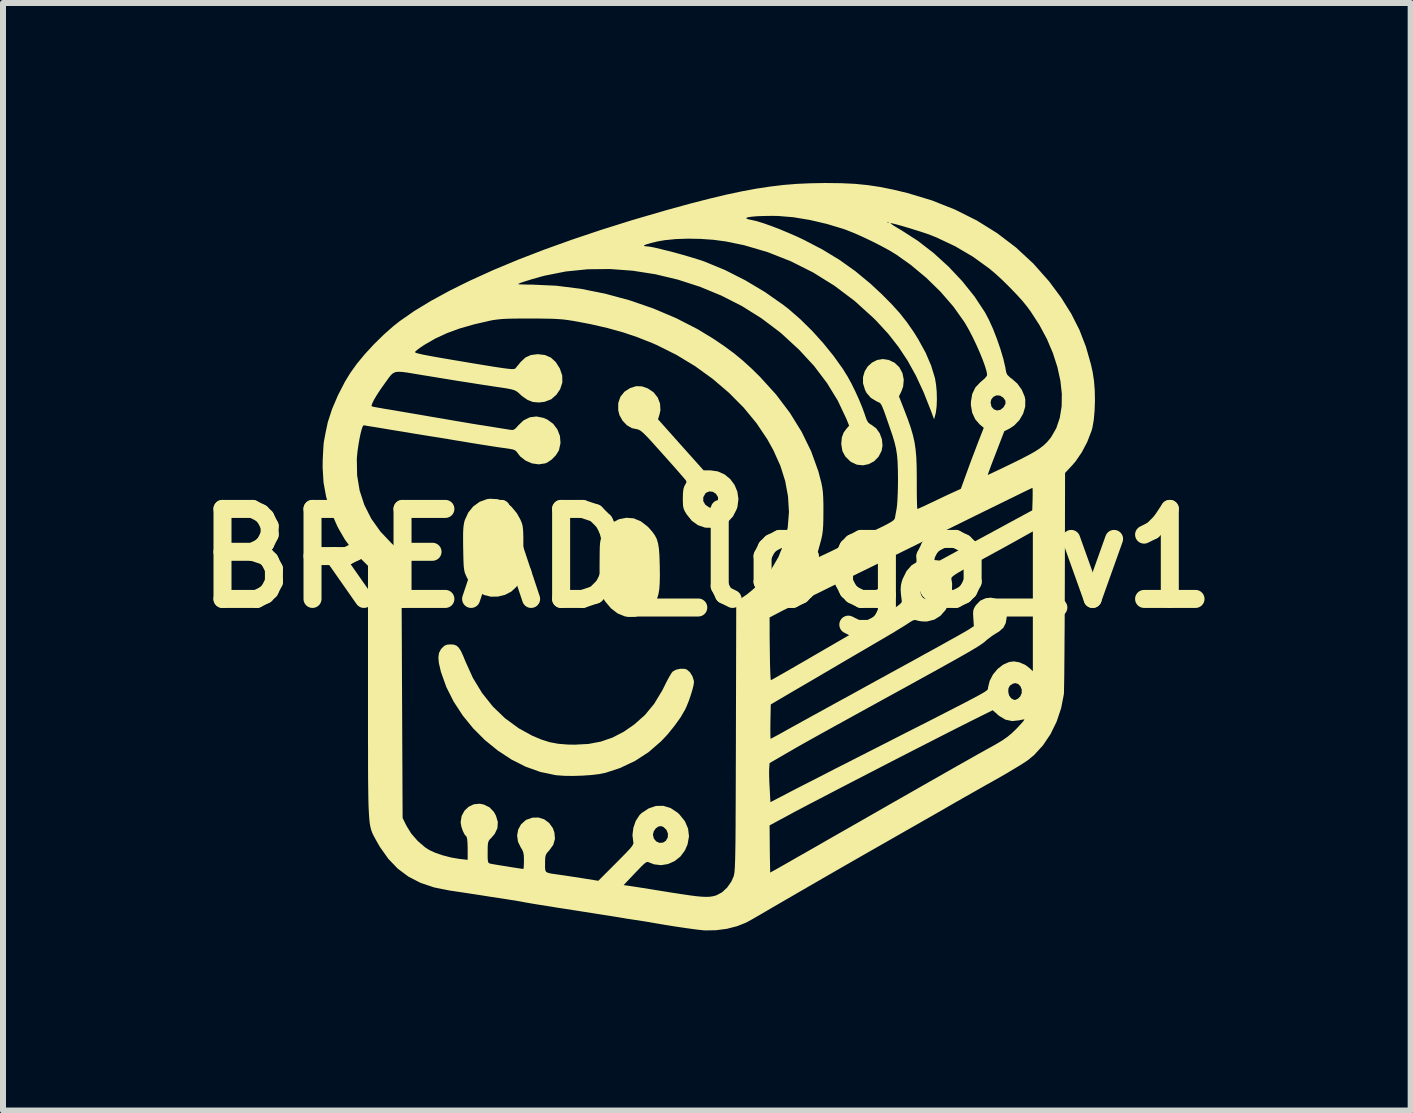
<source format=kicad_pcb>
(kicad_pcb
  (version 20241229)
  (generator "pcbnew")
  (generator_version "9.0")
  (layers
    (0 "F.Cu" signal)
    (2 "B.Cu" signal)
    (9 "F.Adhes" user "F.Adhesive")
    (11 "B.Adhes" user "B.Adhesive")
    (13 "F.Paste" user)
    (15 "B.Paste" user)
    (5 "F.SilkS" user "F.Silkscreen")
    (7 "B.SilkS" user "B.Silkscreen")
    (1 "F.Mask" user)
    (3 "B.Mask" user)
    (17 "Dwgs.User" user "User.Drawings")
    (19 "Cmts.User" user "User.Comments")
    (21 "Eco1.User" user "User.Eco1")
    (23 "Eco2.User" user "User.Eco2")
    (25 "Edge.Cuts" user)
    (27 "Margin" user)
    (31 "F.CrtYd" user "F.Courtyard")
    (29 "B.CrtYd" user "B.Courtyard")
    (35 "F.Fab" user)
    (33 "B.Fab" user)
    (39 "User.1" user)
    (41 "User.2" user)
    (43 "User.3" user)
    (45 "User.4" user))
  (footprint "BREAD_logo_v1"
    (layer "F.Cu")
    (at 8.729 6.252)
    (property "Reference" "BREAD_logo_v1" (at 0 0 0) (layer "F.SilkS") (effects (font (size 1.5 1.5) (thickness 0.3))))
    (attr board_only exclude_from_pos_files exclude_from_bom)
    (fp_poly (pts (xy -1.218 -0.664) (xy -1.101 -0.615) (xy -0.99 -0.53) (xy -0.961 -0.501) (xy -0.906 -0.437) (xy -0.865 -0.379) (xy -0.834 -0.318) (xy -0.813 -0.247) (xy -0.799 -0.16) (xy -0.791 -0.05) (xy -0.786 0.091) (xy -0.785 0.127) (xy -0.783 0.288) (xy -0.786 0.416) (xy -0.793 0.517) (xy -0.807 0.6) (xy -0.828 0.668) (xy -0.856 0.73) (xy -0.879 0.768) (xy -0.963 0.867) (xy -1.069 0.937) (xy -1.188 0.975) (xy -1.315 0.978) (xy -1.371 0.968) (xy -1.489 0.919) (xy -1.598 0.835) (xy -1.694 0.721) (xy -1.744 0.639) (xy -1.758 0.61) (xy -1.769 0.58) (xy -1.777 0.545) (xy -1.782 0.496) (xy -1.786 0.43) (xy -1.787 0.34) (xy -1.788 0.22) (xy -1.788 0.137) (xy -1.787 -0.004) (xy -1.786 -0.112) (xy -1.784 -0.192) (xy -1.78 -0.251) (xy -1.773 -0.296) (xy -1.763 -0.331) (xy -1.751 -0.363) (xy -1.747 -0.371) (xy -1.671 -0.498) (xy -1.577 -0.591) (xy -1.464 -0.65) (xy -1.34 -0.674)) (stroke (width 0) (type solid)) (fill yes) (layer "F.SilkS"))
    (fp_poly (pts (xy -3.487 -0.984) (xy -3.368 -0.941) (xy -3.26 -0.862) (xy -3.167 -0.751) (xy -3.109 -0.647) (xy -3.092 -0.608) (xy -3.079 -0.573) (xy -3.07 -0.535) (xy -3.064 -0.487) (xy -3.06 -0.423) (xy -3.058 -0.337) (xy -3.058 -0.222) (xy -3.058 -0.147) (xy -3.059 0.005) (xy -3.062 0.125) (xy -3.069 0.218) (xy -3.081 0.291) (xy -3.099 0.35) (xy -3.125 0.403) (xy -3.159 0.455) (xy -3.177 0.48) (xy -3.259 0.556) (xy -3.363 0.61) (xy -3.48 0.639) (xy -3.6 0.641) (xy -3.711 0.613) (xy -3.722 0.608) (xy -3.822 0.544) (xy -3.915 0.451) (xy -3.99 0.34) (xy -4.003 0.313) (xy -4.021 0.273) (xy -4.035 0.236) (xy -4.044 0.194) (xy -4.051 0.141) (xy -4.055 0.07) (xy -4.058 -0.026) (xy -4.06 -0.153) (xy -4.061 -0.162) (xy -4.062 -0.3) (xy -4.062 -0.406) (xy -4.059 -0.486) (xy -4.053 -0.547) (xy -4.044 -0.597) (xy -4.034 -0.634) (xy -3.976 -0.761) (xy -3.892 -0.864) (xy -3.787 -0.94) (xy -3.666 -0.984) (xy -3.616 -0.991)) (stroke (width 0) (type solid)) (fill yes) (layer "F.SilkS"))
    (fp_poly (pts (xy -4.217 1.44) (xy -4.173 1.456) (xy -4.135 1.49) (xy -4.099 1.545) (xy -4.06 1.629) (xy -4.025 1.716) (xy -3.899 1.994) (xy -3.746 2.246) (xy -3.566 2.472) (xy -3.362 2.668) (xy -3.135 2.834) (xy -2.909 2.958) (xy -2.76 3.021) (xy -2.621 3.065) (xy -2.478 3.092) (xy -2.318 3.105) (xy -2.202 3.107) (xy -1.974 3.095) (xy -1.767 3.056) (xy -1.573 2.989) (xy -1.384 2.891) (xy -1.212 2.772) (xy -1.033 2.614) (xy -0.878 2.426) (xy -0.745 2.206) (xy -0.711 2.139) (xy -0.668 2.052) (xy -0.626 1.975) (xy -0.592 1.918) (xy -0.569 1.888) (xy -0.514 1.858) (xy -0.442 1.842) (xy -0.372 1.843) (xy -0.334 1.855) (xy -0.281 1.901) (xy -0.239 1.97) (xy -0.216 2.045) (xy -0.215 2.066) (xy -0.222 2.116) (xy -0.241 2.192) (xy -0.268 2.281) (xy -0.3 2.375) (xy -0.334 2.46) (xy -0.362 2.522) (xy -0.439 2.653) (xy -0.54 2.794) (xy -0.654 2.935) (xy -0.761 3.049) (xy -0.968 3.229) (xy -1.197 3.378) (xy -1.449 3.497) (xy -1.69 3.576) (xy -1.794 3.597) (xy -1.926 3.613) (xy -2.074 3.623) (xy -2.227 3.628) (xy -2.374 3.626) (xy -2.503 3.617) (xy -2.53 3.613) (xy -2.776 3.561) (xy -3.02 3.474) (xy -3.257 3.354) (xy -3.484 3.205) (xy -3.698 3.031) (xy -3.894 2.835) (xy -4.069 2.62) (xy -4.219 2.39) (xy -4.341 2.148) (xy -4.43 1.898) (xy -4.438 1.867) (xy -4.466 1.746) (xy -4.474 1.653) (xy -4.464 1.58) (xy -4.434 1.521) (xy -4.417 1.5) (xy -4.373 1.458) (xy -4.327 1.44) (xy -4.273 1.436)) (stroke (width 0) (type solid)) (fill yes) (layer "F.SilkS"))
    (fp_poly (pts (xy -1.082 -2.864) (xy -0.985 -2.83) (xy -0.889 -2.766) (xy -0.819 -2.678) (xy -0.78 -2.576) (xy -0.774 -2.466) (xy -0.787 -2.403) (xy -0.814 -2.315) (xy -0.435 -1.89) (xy -0.055 -1.465) (xy 0.054 -1.465) (xy 0.181 -1.447) (xy 0.294 -1.397) (xy 0.388 -1.321) (xy 0.461 -1.223) (xy 0.508 -1.11) (xy 0.526 -0.987) (xy 0.51 -0.859) (xy 0.498 -0.82) (xy 0.436 -0.697) (xy 0.348 -0.602) (xy 0.24 -0.537) (xy 0.114 -0.506) (xy -0.025 -0.509) (xy -0.037 -0.512) (xy -0.15 -0.551) (xy -0.252 -0.625) (xy -0.336 -0.73) (xy -0.368 -0.782) (xy -0.387 -0.826) (xy -0.397 -0.875) (xy -0.4 -0.943) (xy -0.401 -0.997) (xy -0.4 -1.016) (xy -0.06 -1.016) (xy -0.06 -0.951) (xy -0.026 -0.892) (xy 0.037 -0.848) (xy 0.052 -0.841) (xy 0.071 -0.847) (xy 0.107 -0.859) (xy 0.154 -0.896) (xy 0.184 -0.952) (xy 0.187 -1.012) (xy 0.185 -1.018) (xy 0.151 -1.074) (xy 0.099 -1.107) (xy 0.041 -1.113) (xy -0.013 -1.091) (xy -0.025 -1.079) (xy -0.06 -1.016) (xy -0.4 -1.016) (xy -0.398 -1.09) (xy -0.39 -1.155) (xy -0.375 -1.201) (xy -0.365 -1.219) (xy -0.342 -1.26) (xy -0.343 -1.287) (xy -0.357 -1.306) (xy -0.407 -1.364) (xy -0.476 -1.444) (xy -0.559 -1.538) (xy -0.649 -1.639) (xy -0.74 -1.741) (xy -0.827 -1.838) (xy -0.903 -1.923) (xy -0.963 -1.989) (xy -0.99 -2.017) (xy -1.06 -2.088) (xy -1.113 -2.13) (xy -1.153 -2.148) (xy -1.164 -2.149) (xy -1.251 -2.168) (xy -1.334 -2.217) (xy -1.405 -2.292) (xy -1.456 -2.383) (xy -1.477 -2.465) (xy -1.477 -2.585) (xy -1.441 -2.69) (xy -1.373 -2.775) (xy -1.28 -2.835) (xy -1.179 -2.867)) (stroke (width 0) (type solid)) (fill yes) (layer "F.SilkS"))
    (fp_poly (pts (xy 2.249 -6.249) (xy 2.474 -6.238) (xy 2.683 -6.217) (xy 2.89 -6.186) (xy 3.106 -6.142) (xy 3.341 -6.086) (xy 3.748 -5.963) (xy 4.134 -5.81) (xy 4.498 -5.628) (xy 4.838 -5.416) (xy 5.152 -5.177) (xy 5.439 -4.911) (xy 5.697 -4.62) (xy 5.704 -4.612) (xy 5.905 -4.341) (xy 6.072 -4.074) (xy 6.208 -3.805) (xy 6.316 -3.526) (xy 6.4 -3.231) (xy 6.429 -3.1) (xy 6.451 -2.955) (xy 6.464 -2.793) (xy 6.467 -2.623) (xy 6.461 -2.457) (xy 6.447 -2.303) (xy 6.424 -2.172) (xy 6.409 -2.12) (xy 6.339 -1.939) (xy 6.249 -1.767) (xy 6.146 -1.616) (xy 6.087 -1.547) (xy 5.969 -1.421) (xy 5.965 0.379) (xy 5.964 0.643) (xy 5.963 0.897) (xy 5.962 1.138) (xy 5.96 1.364) (xy 5.959 1.572) (xy 5.957 1.758) (xy 5.956 1.919) (xy 5.954 2.054) (xy 5.952 2.158) (xy 5.951 2.23) (xy 5.949 2.265) (xy 5.949 2.266) (xy 5.903 2.501) (xy 5.828 2.724) (xy 5.726 2.932) (xy 5.601 3.118) (xy 5.456 3.277) (xy 5.36 3.357) (xy 5.307 3.394) (xy 5.226 3.446) (xy 5.123 3.508) (xy 5.005 3.579) (xy 4.877 3.653) (xy 4.769 3.714) (xy 4.624 3.795) (xy 4.471 3.882) (xy 4.319 3.968) (xy 4.176 4.049) (xy 4.053 4.12) (xy 3.996 4.153) (xy 3.899 4.209) (xy 3.775 4.28) (xy 3.632 4.361) (xy 3.477 4.45) (xy 3.317 4.541) (xy 3.159 4.631) (xy 3.107 4.661) (xy 2.907 4.775) (xy 2.695 4.896) (xy 2.473 5.023) (xy 2.248 5.152) (xy 2.024 5.281) (xy 1.806 5.407) (xy 1.598 5.527) (xy 1.407 5.638) (xy 1.236 5.737) (xy 1.091 5.821) (xy 1.006 5.871) (xy 0.907 5.929) (xy 0.813 5.983) (xy 0.733 6.029) (xy 0.674 6.061) (xy 0.654 6.072) (xy 0.506 6.131) (xy 0.335 6.175) (xy 0.155 6.199) (xy -0.022 6.202) (xy -0.059 6.2) (xy -0.116 6.194) (xy -0.199 6.184) (xy -0.294 6.171) (xy -0.352 6.163) (xy -0.466 6.146) (xy -0.552 6.133) (xy -0.62 6.122) (xy -0.683 6.112) (xy -0.749 6.101) (xy -0.831 6.087) (xy -0.889 6.077) (xy -0.987 6.06) (xy -1.08 6.045) (xy -1.155 6.033) (xy -1.192 6.028) (xy -1.265 6.017) (xy -1.35 6.004) (xy -1.387 5.997) (xy -1.432 5.99) (xy -1.509 5.977) (xy -1.615 5.96) (xy -1.744 5.94) (xy -1.89 5.917) (xy -2.049 5.892) (xy -2.188 5.87) (xy -2.356 5.844) (xy -2.517 5.819) (xy -2.666 5.795) (xy -2.798 5.774) (xy -2.908 5.756) (xy -2.988 5.742) (xy -3.028 5.735) (xy -3.113 5.719) (xy -3.193 5.705) (xy -3.252 5.696) (xy -3.253 5.696) (xy -3.297 5.689) (xy -3.372 5.677) (xy -3.47 5.662) (xy -3.584 5.645) (xy -3.703 5.626) (xy -3.837 5.605) (xy -3.976 5.584) (xy -4.108 5.564) (xy -4.222 5.547) (xy -4.289 5.537) (xy -4.544 5.486) (xy -4.771 5.41) (xy -4.973 5.306) (xy -5.151 5.173) (xy -5.308 5.009) (xy -5.448 4.812) (xy -5.509 4.705) (xy -5.53 4.667) (xy -5.549 4.632) (xy -5.566 4.599) (xy -5.58 4.566) (xy -5.593 4.529) (xy -5.604 4.488) (xy -5.614 4.439) (xy -5.622 4.379) (xy -5.628 4.308) (xy -5.633 4.222) (xy -5.638 4.119) (xy -5.641 3.997) (xy -5.643 3.853) (xy -5.645 3.686) (xy -5.646 3.492) (xy -5.646 3.269) (xy -5.647 3.016) (xy -5.647 2.73) (xy -5.647 2.407) (xy -5.647 2.228) (xy -5.647 0.126) (xy -5.775 -0.001) (xy -5.913 -0.15) (xy -6.03 -0.308) (xy -6.135 -0.489) (xy -6.16 -0.537) (xy -6.268 -0.783) (xy -6.344 -1.022) (xy -6.388 -1.263) (xy -6.403 -1.516) (xy -6.401 -1.645) (xy -5.833 -1.645) (xy -5.828 -1.38) (xy -5.786 -1.127) (xy -5.707 -0.886) (xy -5.592 -0.658) (xy -5.44 -0.445) (xy -5.261 -0.255) (xy -5.09 -0.094) (xy -5.08 2.117) (xy -5.07 4.329) (xy -5.006 4.458) (xy -4.926 4.588) (xy -4.818 4.712) (xy -4.696 4.817) (xy -4.628 4.861) (xy -4.527 4.908) (xy -4.401 4.951) (xy -4.262 4.987) (xy -4.123 5.011) (xy -4.103 5.013) (xy -3.986 5.026) (xy -3.986 4.839) (xy -3.988 4.755) (xy -3.993 4.689) (xy -4.001 4.648) (xy -4.006 4.64) (xy -4.036 4.605) (xy -4.066 4.546) (xy -4.09 4.476) (xy -4.102 4.41) (xy -4.103 4.396) (xy -4.086 4.294) (xy -4.039 4.207) (xy -3.969 4.141) (xy -3.882 4.1) (xy -3.785 4.091) (xy -3.718 4.104) (xy -3.622 4.151) (xy -3.549 4.227) (xy -3.515 4.289) (xy -3.483 4.396) (xy -3.49 4.498) (xy -3.535 4.594) (xy -3.592 4.66) (xy -3.621 4.689) (xy -3.638 4.717) (xy -3.648 4.753) (xy -3.652 4.806) (xy -3.653 4.888) (xy -3.653 4.899) (xy -3.653 4.984) (xy -3.65 5.037) (xy -3.643 5.068) (xy -3.63 5.082) (xy -3.61 5.089) (xy -3.578 5.096) (xy -3.518 5.106) (xy -3.439 5.119) (xy -3.35 5.133) (xy -3.259 5.148) (xy -3.176 5.161) (xy -3.109 5.171) (xy -3.067 5.177) (xy -3.058 5.178) (xy -3.053 5.16) (xy -3.05 5.113) (xy -3.048 5.046) (xy -3.048 5.037) (xy -3.05 4.957) (xy -3.059 4.901) (xy -3.078 4.856) (xy -3.1 4.822) (xy -3.148 4.723) (xy -3.162 4.62) (xy -3.144 4.521) (xy -3.096 4.434) (xy -3.019 4.365) (xy -3.009 4.359) (xy -2.907 4.323) (xy -2.806 4.321) (xy -2.71 4.351) (xy -2.629 4.411) (xy -2.567 4.497) (xy -2.541 4.568) (xy -2.531 4.676) (xy -2.56 4.777) (xy -2.627 4.87) (xy -2.628 4.871) (xy -2.663 4.909) (xy -2.683 4.943) (xy -2.693 4.984) (xy -2.696 5.045) (xy -2.696 5.087) (xy -2.697 5.151) (xy -2.693 5.195) (xy -2.681 5.224) (xy -2.652 5.241) (xy -2.6 5.254) (xy -2.52 5.266) (xy -2.462 5.274) (xy -2.393 5.284) (xy -2.298 5.298) (xy -2.188 5.315) (xy -2.078 5.332) (xy -2.072 5.333) (xy -1.809 5.375) (xy -1.511 5.077) (xy -1.412 4.977) (xy -1.338 4.901) (xy -1.285 4.845) (xy -1.251 4.803) (xy -1.232 4.773) (xy -1.224 4.751) (xy -1.225 4.731) (xy -1.226 4.729) (xy -1.24 4.614) (xy -1.239 4.607) (xy -0.899 4.607) (xy -0.883 4.672) (xy -0.844 4.719) (xy -0.79 4.743) (xy -0.731 4.739) (xy -0.684 4.709) (xy -0.651 4.652) (xy -0.649 4.587) (xy -0.674 4.526) (xy -0.723 4.479) (xy -0.757 4.465) (xy -0.804 4.469) (xy -0.851 4.501) (xy -0.885 4.551) (xy -0.899 4.607) (xy -1.239 4.607) (xy -1.225 4.493) (xy -1.186 4.379) (xy -1.124 4.283) (xy -1.088 4.247) (xy -0.969 4.169) (xy -0.848 4.128) (xy -0.726 4.126) (xy -0.606 4.162) (xy -0.493 4.236) (xy -0.457 4.269) (xy -0.366 4.383) (xy -0.313 4.506) (xy -0.298 4.634) (xy -0.321 4.766) (xy -0.366 4.87) (xy -0.441 4.971) (xy -0.537 5.047) (xy -0.647 5.096) (xy -0.764 5.115) (xy -0.88 5.101) (xy -0.951 5.074) (xy -0.974 5.064) (xy -0.994 5.061) (xy -1.016 5.07) (xy -1.047 5.094) (xy -1.092 5.137) (xy -1.155 5.203) (xy -1.197 5.246) (xy -1.387 5.447) (xy -1.294 5.46) (xy -1.247 5.467) (xy -1.169 5.479) (xy -1.067 5.495) (xy -0.948 5.514) (xy -0.819 5.535) (xy -0.782 5.541) (xy -0.583 5.573) (xy -0.419 5.598) (xy -0.284 5.618) (xy -0.176 5.632) (xy -0.089 5.64) (xy -0.019 5.643) (xy 0.037 5.642) (xy 0.084 5.636) (xy 0.127 5.627) (xy 0.163 5.615) (xy 0.253 5.567) (xy 0.338 5.488) (xy 0.407 5.39) (xy 0.444 5.307) (xy 0.45 5.289) (xy 0.454 5.268) (xy 0.459 5.24) (xy 0.462 5.204) (xy 0.466 5.158) (xy 0.468 5.098) (xy 0.471 5.024) (xy 0.473 4.933) (xy 0.475 4.823) (xy 0.477 4.691) (xy 0.478 4.535) (xy 0.479 4.452) (xy 1.045 4.452) (xy 1.047 4.663) (xy 1.048 4.777) (xy 1.049 4.901) (xy 1.051 5.015) (xy 1.052 5.056) (xy 1.055 5.238) (xy 1.099 5.214) (xy 1.123 5.201) (xy 1.178 5.17) (xy 1.261 5.123) (xy 1.37 5.061) (xy 1.502 4.985) (xy 1.654 4.899) (xy 1.824 4.802) (xy 2.008 4.696) (xy 2.204 4.584) (xy 2.41 4.467) (xy 2.413 4.465) (xy 2.791 4.249) (xy 3.135 4.052) (xy 3.446 3.875) (xy 3.723 3.717) (xy 3.967 3.578) (xy 4.178 3.458) (xy 4.355 3.358) (xy 4.5 3.276) (xy 4.612 3.214) (xy 4.69 3.17) (xy 4.699 3.166) (xy 4.825 3.095) (xy 4.925 3.035) (xy 5.005 2.979) (xy 5.076 2.921) (xy 5.144 2.856) (xy 5.166 2.834) (xy 5.222 2.774) (xy 5.265 2.726) (xy 5.289 2.695) (xy 5.292 2.687) (xy 5.271 2.687) (xy 5.225 2.696) (xy 5.206 2.701) (xy 5.087 2.714) (xy 4.975 2.69) (xy 4.87 2.627) (xy 4.855 2.614) (xy 4.763 2.533) (xy 4.399 2.714) (xy 4.284 2.772) (xy 4.141 2.844) (xy 3.974 2.929) (xy 3.788 3.024) (xy 3.586 3.127) (xy 3.373 3.236) (xy 3.151 3.35) (xy 2.926 3.466) (xy 2.701 3.582) (xy 2.481 3.696) (xy 2.268 3.806) (xy 2.068 3.91) (xy 1.884 4.006) (xy 1.72 4.091) (xy 1.58 4.165) (xy 1.467 4.224) (xy 1.407 4.257) (xy 1.045 4.452) (xy 0.479 4.452) (xy 0.479 4.353) (xy 0.48 4.144) (xy 0.481 3.904) (xy 0.482 3.632) (xy 0.482 3.553) (xy 1.037 3.553) (xy 1.038 3.635) (xy 1.041 3.732) (xy 1.046 3.825) (xy 1.059 4.065) (xy 1.336 3.921) (xy 1.401 3.887) (xy 1.498 3.837) (xy 1.622 3.773) (xy 1.77 3.698) (xy 1.937 3.612) (xy 2.12 3.518) (xy 2.315 3.419) (xy 2.519 3.315) (xy 2.727 3.209) (xy 2.794 3.175) (xy 3.091 3.024) (xy 3.355 2.889) (xy 3.589 2.771) (xy 3.793 2.667) (xy 3.97 2.576) (xy 4.122 2.498) (xy 4.251 2.432) (xy 4.358 2.376) (xy 4.446 2.33) (xy 4.517 2.292) (xy 4.572 2.261) (xy 4.614 2.237) (xy 4.636 2.223) (xy 5.022 2.223) (xy 5.035 2.284) (xy 5.07 2.334) (xy 5.117 2.36) (xy 5.143 2.36) (xy 5.183 2.341) (xy 5.222 2.303) (xy 5.222 2.303) (xy 5.247 2.246) (xy 5.246 2.186) (xy 5.224 2.133) (xy 5.186 2.095) (xy 5.138 2.081) (xy 5.096 2.092) (xy 5.048 2.125) (xy 5.026 2.167) (xy 5.022 2.223) (xy 4.636 2.223) (xy 4.643 2.218) (xy 4.664 2.203) (xy 4.676 2.192) (xy 4.682 2.182) (xy 4.684 2.174) (xy 4.685 2.166) (xy 4.685 2.157) (xy 4.685 2.156) (xy 4.713 2.043) (xy 4.768 1.937) (xy 4.845 1.845) (xy 4.936 1.774) (xy 5.036 1.73) (xy 5.114 1.719) (xy 5.208 1.735) (xy 5.305 1.777) (xy 5.378 1.832) (xy 5.432 1.883) (xy 5.432 0.718) (xy 5.432 -0.447) (xy 5.231 -0.334) (xy 5.152 -0.29) (xy 5.047 -0.232) (xy 4.926 -0.165) (xy 4.796 -0.094) (xy 4.667 -0.023) (xy 4.64 -0.009) (xy 4.484 0.076) (xy 4.358 0.144) (xy 4.26 0.199) (xy 4.187 0.241) (xy 4.135 0.274) (xy 4.101 0.299) (xy 4.082 0.318) (xy 4.074 0.334) (xy 4.074 0.349) (xy 4.077 0.359) (xy 4.087 0.426) (xy 4.085 0.516) (xy 4.073 0.614) (xy 4.052 0.706) (xy 4.042 0.735) (xy 3.978 0.862) (xy 3.893 0.959) (xy 3.791 1.023) (xy 3.674 1.053) (xy 3.634 1.055) (xy 3.568 1.051) (xy 3.514 1.041) (xy 3.496 1.035) (xy 3.469 1.028) (xy 3.434 1.037) (xy 3.383 1.066) (xy 3.346 1.091) (xy 3.29 1.127) (xy 3.208 1.177) (xy 3.111 1.237) (xy 3.006 1.299) (xy 2.95 1.332) (xy 2.811 1.413) (xy 2.642 1.512) (xy 2.45 1.624) (xy 2.238 1.748) (xy 2.012 1.881) (xy 1.777 2.019) (xy 1.537 2.159) (xy 1.436 2.218) (xy 1.065 2.436) (xy 1.059 2.723) (xy 1.058 2.823) (xy 1.058 2.909) (xy 1.059 2.971) (xy 1.061 3.005) (xy 1.062 3.009) (xy 1.081 3) (xy 1.128 2.975) (xy 1.195 2.939) (xy 1.277 2.894) (xy 1.292 2.885) (xy 1.34 2.858) (xy 1.389 2.831) (xy 1.443 2.801) (xy 1.503 2.768) (xy 1.573 2.729) (xy 1.655 2.684) (xy 1.752 2.63) (xy 1.866 2.568) (xy 2 2.494) (xy 2.156 2.408) (xy 2.338 2.309) (xy 2.547 2.194) (xy 2.786 2.062) (xy 2.931 1.983) (xy 3.191 1.84) (xy 3.42 1.715) (xy 3.618 1.605) (xy 3.788 1.512) (xy 3.932 1.432) (xy 4.052 1.365) (xy 4.15 1.311) (xy 4.229 1.266) (xy 4.289 1.232) (xy 4.334 1.206) (xy 4.365 1.187) (xy 4.379 1.178) (xy 4.449 1.132) (xy 4.44 0.996) (xy 4.436 0.921) (xy 4.44 0.87) (xy 4.454 0.83) (xy 4.481 0.786) (xy 4.483 0.783) (xy 4.556 0.707) (xy 4.648 0.666) (xy 4.735 0.657) (xy 4.824 0.678) (xy 4.904 0.735) (xy 4.96 0.803) (xy 4.987 0.85) (xy 4.998 0.9) (xy 4.998 0.967) (xy 4.997 0.982) (xy 4.98 1.082) (xy 4.941 1.158) (xy 4.872 1.22) (xy 4.822 1.25) (xy 4.752 1.295) (xy 4.679 1.35) (xy 4.656 1.369) (xy 4.633 1.39) (xy 4.606 1.411) (xy 4.572 1.435) (xy 4.53 1.463) (xy 4.477 1.496) (xy 4.41 1.536) (xy 4.328 1.584) (xy 4.227 1.641) (xy 4.105 1.71) (xy 3.961 1.79) (xy 3.79 1.885) (xy 3.592 1.994) (xy 3.364 2.12) (xy 3.195 2.213) (xy 2.93 2.358) (xy 2.698 2.486) (xy 2.494 2.598) (xy 2.317 2.696) (xy 2.164 2.78) (xy 2.032 2.853) (xy 1.918 2.916) (xy 1.821 2.97) (xy 1.737 3.017) (xy 1.664 3.058) (xy 1.599 3.094) (xy 1.539 3.128) (xy 1.483 3.16) (xy 1.427 3.193) (xy 1.368 3.227) (xy 1.338 3.244) (xy 1.045 3.414) (xy 1.039 3.5) (xy 1.037 3.553) (xy 0.482 3.553) (xy 0.483 3.325) (xy 0.484 2.982) (xy 0.484 2.96) (xy 0.489 0.987) (xy 1.045 0.987) (xy 1.046 1.143) (xy 1.046 1.307) (xy 1.048 1.465) (xy 1.05 1.613) (xy 1.052 1.745) (xy 1.055 1.858) (xy 1.059 1.946) (xy 1.062 2.006) (xy 1.066 2.031) (xy 1.066 2.032) (xy 1.085 2.023) (xy 1.134 1.996) (xy 1.209 1.953) (xy 1.307 1.898) (xy 1.423 1.831) (xy 1.553 1.756) (xy 1.695 1.674) (xy 1.706 1.667) (xy 1.97 1.514) (xy 2.203 1.379) (xy 2.405 1.262) (xy 2.58 1.16) (xy 2.729 1.072) (xy 2.854 0.998) (xy 2.958 0.936) (xy 3.042 0.884) (xy 3.108 0.842) (xy 3.159 0.809) (xy 3.196 0.782) (xy 3.221 0.761) (xy 3.237 0.745) (xy 3.245 0.732) (xy 3.248 0.721) (xy 3.248 0.712) (xy 3.234 0.603) (xy 3.23 0.54) (xy 3.556 0.54) (xy 3.569 0.612) (xy 3.603 0.661) (xy 3.65 0.682) (xy 3.702 0.673) (xy 3.75 0.632) (xy 3.779 0.58) (xy 3.79 0.528) (xy 3.779 0.476) (xy 3.75 0.424) (xy 3.713 0.385) (xy 3.681 0.371) (xy 3.635 0.389) (xy 3.593 0.433) (xy 3.564 0.492) (xy 3.556 0.54) (xy 3.23 0.54) (xy 3.229 0.521) (xy 3.233 0.455) (xy 3.246 0.395) (xy 3.263 0.344) (xy 3.328 0.213) (xy 3.412 0.117) (xy 3.514 0.055) (xy 3.636 0.026) (xy 3.748 0.026) (xy 3.88 0.039) (xy 4.29 -0.184) (xy 4.434 -0.262) (xy 4.595 -0.35) (xy 4.76 -0.439) (xy 4.915 -0.523) (xy 5.05 -0.597) (xy 5.06 -0.602) (xy 5.422 -0.798) (xy 5.428 -0.985) (xy 5.429 -1.065) (xy 5.429 -1.128) (xy 5.427 -1.166) (xy 5.425 -1.172) (xy 5.406 -1.164) (xy 5.356 -1.14) (xy 5.277 -1.102) (xy 5.173 -1.051) (xy 5.047 -0.989) (xy 4.902 -0.918) (xy 4.742 -0.84) (xy 4.569 -0.755) (xy 4.491 -0.717) (xy 4.291 -0.618) (xy 4.064 -0.506) (xy 3.816 -0.384) (xy 3.555 -0.256) (xy 3.289 -0.125) (xy 3.025 0.005) (xy 2.77 0.13) (xy 2.532 0.246) (xy 2.462 0.281) (xy 2.263 0.379) (xy 2.071 0.473) (xy 1.888 0.563) (xy 1.72 0.646) (xy 1.568 0.721) (xy 1.437 0.786) (xy 1.33 0.84) (xy 1.251 0.879) (xy 1.204 0.904) (xy 1.202 0.905) (xy 1.045 0.987) (xy 0.489 0.987) (xy 0.489 0.713) (xy 0.585 0.659) (xy 0.665 0.605) (xy 0.758 0.529) (xy 0.856 0.439) (xy 0.948 0.344) (xy 1.026 0.254) (xy 1.059 0.209) (xy 1.193 -0.021) (xy 1.289 -0.26) (xy 1.347 -0.509) (xy 1.368 -0.766) (xy 1.368 -0.772) (xy 1.352 -1.032) (xy 1.305 -1.287) (xy 1.225 -1.54) (xy 1.109 -1.798) (xy 1.009 -1.979) (xy 0.829 -2.248) (xy 0.615 -2.508) (xy 0.37 -2.755) (xy 0.099 -2.987) (xy -0.194 -3.199) (xy -0.506 -3.388) (xy -0.832 -3.551) (xy -0.908 -3.584) (xy -1.152 -3.681) (xy -1.397 -3.764) (xy -1.653 -3.835) (xy -1.931 -3.899) (xy -2.139 -3.939) (xy -2.235 -3.956) (xy -2.318 -3.969) (xy -2.397 -3.979) (xy -2.478 -3.985) (xy -2.571 -3.99) (xy -2.681 -3.992) (xy -2.818 -3.994) (xy -2.931 -3.994) (xy -3.097 -3.994) (xy -3.231 -3.993) (xy -3.338 -3.99) (xy -3.426 -3.985) (xy -3.499 -3.977) (xy -3.564 -3.968) (xy -3.601 -3.961) (xy -3.875 -3.898) (xy -4.117 -3.829) (xy -4.332 -3.75) (xy -4.527 -3.66) (xy -4.708 -3.555) (xy -4.781 -3.506) (xy -4.828 -3.471) (xy -4.858 -3.444) (xy -4.864 -3.436) (xy -4.858 -3.428) (xy -4.838 -3.419) (xy -4.799 -3.409) (xy -4.741 -3.395) (xy -4.659 -3.379) (xy -4.551 -3.359) (xy -4.414 -3.335) (xy -4.245 -3.306) (xy -4.042 -3.272) (xy -3.942 -3.255) (xy -3.754 -3.224) (xy -3.601 -3.199) (xy -3.479 -3.18) (xy -3.384 -3.166) (xy -3.313 -3.157) (xy -3.262 -3.152) (xy -3.228 -3.152) (xy -3.206 -3.155) (xy -3.194 -3.161) (xy -3.19 -3.164) (xy -3.163 -3.197) (xy -3.123 -3.245) (xy -3.102 -3.271) (xy -3.023 -3.345) (xy -2.932 -3.386) (xy -2.82 -3.4) (xy -2.815 -3.4) (xy -2.697 -3.386) (xy -2.599 -3.343) (xy -2.518 -3.269) (xy -2.45 -3.161) (xy -2.41 -3.044) (xy -2.408 -2.928) (xy -2.445 -2.816) (xy -2.508 -2.723) (xy -2.595 -2.648) (xy -2.705 -2.606) (xy -2.798 -2.595) (xy -2.898 -2.603) (xy -2.988 -2.638) (xy -3.08 -2.702) (xy -3.116 -2.735) (xy -3.148 -2.764) (xy -3.178 -2.785) (xy -3.212 -2.801) (xy -3.26 -2.815) (xy -3.327 -2.828) (xy -3.422 -2.843) (xy -3.478 -2.851) (xy -3.716 -2.887) (xy -3.938 -2.922) (xy -4.156 -2.956) (xy -4.383 -2.993) (xy -4.632 -3.034) (xy -4.727 -3.049) (xy -4.875 -3.074) (xy -4.989 -3.093) (xy -5.076 -3.104) (xy -5.141 -3.107) (xy -5.19 -3.101) (xy -5.228 -3.084) (xy -5.261 -3.055) (xy -5.295 -3.014) (xy -5.335 -2.958) (xy -5.362 -2.921) (xy -5.436 -2.817) (xy -5.498 -2.722) (xy -5.546 -2.642) (xy -5.576 -2.58) (xy -5.588 -2.541) (xy -5.583 -2.53) (xy -5.554 -2.523) (xy -5.496 -2.512) (xy -5.42 -2.499) (xy -5.383 -2.492) (xy -5.32 -2.482) (xy -5.224 -2.466) (xy -5.103 -2.445) (xy -4.962 -2.421) (xy -4.808 -2.395) (xy -4.647 -2.367) (xy -4.572 -2.354) (xy -4.417 -2.328) (xy -4.273 -2.303) (xy -4.145 -2.281) (xy -4.037 -2.263) (xy -3.955 -2.249) (xy -3.903 -2.24) (xy -3.888 -2.238) (xy -3.804 -2.224) (xy -3.705 -2.209) (xy -3.599 -2.192) (xy -3.495 -2.175) (xy -3.401 -2.16) (xy -3.326 -2.148) (xy -3.278 -2.14) (xy -3.271 -2.139) (xy -3.232 -2.137) (xy -3.199 -2.153) (xy -3.161 -2.191) (xy -3.148 -2.208) (xy -3.056 -2.296) (xy -2.951 -2.348) (xy -2.839 -2.362) (xy -2.72 -2.338) (xy -2.657 -2.31) (xy -2.56 -2.239) (xy -2.49 -2.145) (xy -2.448 -2.036) (xy -2.439 -1.919) (xy -2.464 -1.803) (xy -2.468 -1.793) (xy -2.516 -1.716) (xy -2.585 -1.645) (xy -2.662 -1.593) (xy -2.692 -1.581) (xy -2.801 -1.564) (xy -2.914 -1.58) (xy -3.02 -1.626) (xy -3.11 -1.696) (xy -3.149 -1.746) (xy -3.172 -1.777) (xy -3.196 -1.798) (xy -3.232 -1.812) (xy -3.289 -1.823) (xy -3.369 -1.835) (xy -3.43 -1.843) (xy -3.498 -1.853) (xy -3.576 -1.865) (xy -3.671 -1.88) (xy -3.786 -1.898) (xy -3.928 -1.921) (xy -4.1 -1.95) (xy -4.201 -1.966) (xy -4.259 -1.976) (xy -4.307 -1.984) (xy -4.308 -1.985) (xy -4.344 -1.991) (xy -4.408 -2.001) (xy -4.488 -2.014) (xy -4.533 -2.021) (xy -4.623 -2.035) (xy -4.738 -2.054) (xy -4.864 -2.074) (xy -4.988 -2.095) (xy -5.012 -2.099) (xy -5.122 -2.117) (xy -5.24 -2.136) (xy -5.359 -2.156) (xy -5.472 -2.175) (xy -5.572 -2.191) (xy -5.652 -2.204) (xy -5.704 -2.213) (xy -5.719 -2.215) (xy -5.734 -2.199) (xy -5.751 -2.151) (xy -5.77 -2.079) (xy -5.789 -1.989) (xy -5.806 -1.889) (xy -5.821 -1.786) (xy -5.831 -1.687) (xy -5.833 -1.645) (xy -6.401 -1.645) (xy -6.4 -1.666) (xy -6.395 -1.766) (xy -6.39 -1.853) (xy -6.385 -1.919) (xy -6.38 -1.955) (xy -6.379 -1.959) (xy -6.372 -1.993) (xy -6.362 -2.047) (xy -6.36 -2.061) (xy -6.317 -2.266) (xy -6.245 -2.487) (xy -6.148 -2.714) (xy -6.031 -2.941) (xy -5.942 -3.087) (xy -5.834 -3.238) (xy -5.701 -3.399) (xy -5.55 -3.563) (xy -5.389 -3.721) (xy -5.228 -3.864) (xy -5.119 -3.95) (xy -4.878 -4.118) (xy -4.6 -4.287) (xy -4.286 -4.458) (xy -4.067 -4.567) (xy -3.146 -4.567) (xy -3.127 -4.564) (xy -3.078 -4.562) (xy -3.003 -4.56) (xy -2.913 -4.559) (xy -2.906 -4.559) (xy -2.51 -4.541) (xy -2.104 -4.49) (xy -1.694 -4.408) (xy -1.288 -4.298) (xy -0.891 -4.161) (xy -0.509 -3.999) (xy -0.151 -3.815) (xy 0.107 -3.658) (xy 0.292 -3.533) (xy 0.453 -3.414) (xy 0.601 -3.292) (xy 0.749 -3.157) (xy 0.885 -3.023) (xy 1.153 -2.728) (xy 1.384 -2.422) (xy 1.579 -2.107) (xy 1.737 -1.783) (xy 1.857 -1.451) (xy 1.907 -1.26) (xy 1.922 -1.185) (xy 1.933 -1.105) (xy 1.939 -1.012) (xy 1.942 -0.895) (xy 1.942 -0.772) (xy 1.941 -0.642) (xy 1.938 -0.542) (xy 1.932 -0.462) (xy 1.923 -0.393) (xy 1.909 -0.325) (xy 1.89 -0.254) (xy 1.867 -0.171) (xy 1.847 -0.099) (xy 1.832 -0.049) (xy 1.827 -0.034) (xy 1.819 -0.006) (xy 1.822 0) (xy 1.841 -0.008) (xy 1.891 -0.031) (xy 1.964 -0.065) (xy 2.057 -0.109) (xy 2.163 -0.161) (xy 2.19 -0.174) (xy 2.325 -0.238) (xy 2.472 -0.309) (xy 2.618 -0.38) (xy 2.752 -0.443) (xy 2.837 -0.484) (xy 2.948 -0.538) (xy 3.028 -0.58) (xy 3.082 -0.612) (xy 3.115 -0.637) (xy 3.13 -0.658) (xy 3.133 -0.667) (xy 3.141 -0.711) (xy 3.153 -0.777) (xy 3.163 -0.832) (xy 3.17 -0.89) (xy 3.176 -0.979) (xy 3.181 -1.088) (xy 3.184 -1.21) (xy 3.185 -1.314) (xy 3.183 -1.477) (xy 3.178 -1.612) (xy 3.168 -1.726) (xy 3.151 -1.832) (xy 3.126 -1.937) (xy 3.091 -2.052) (xy 3.057 -2.151) (xy 3.01 -2.287) (xy 2.974 -2.391) (xy 2.946 -2.468) (xy 2.924 -2.522) (xy 2.907 -2.557) (xy 2.892 -2.579) (xy 2.876 -2.592) (xy 2.857 -2.601) (xy 2.836 -2.61) (xy 2.735 -2.67) (xy 2.661 -2.755) (xy 2.636 -2.804) (xy 2.602 -2.914) (xy 2.602 -3.018) (xy 2.63 -3.114) (xy 2.681 -3.196) (xy 2.752 -3.26) (xy 2.837 -3.303) (xy 2.932 -3.319) (xy 3.031 -3.304) (xy 3.129 -3.257) (xy 3.208 -3.181) (xy 3.259 -3.085) (xy 3.281 -2.975) (xy 3.271 -2.862) (xy 3.242 -2.781) (xy 3.201 -2.697) (xy 3.283 -2.487) (xy 3.346 -2.323) (xy 3.395 -2.183) (xy 3.432 -2.057) (xy 3.46 -1.937) (xy 3.478 -1.814) (xy 3.49 -1.681) (xy 3.496 -1.528) (xy 3.498 -1.347) (xy 3.498 -1.285) (xy 3.498 -1.155) (xy 3.499 -1.039) (xy 3.501 -0.942) (xy 3.503 -0.871) (xy 3.506 -0.829) (xy 3.509 -0.821) (xy 3.53 -0.829) (xy 3.579 -0.851) (xy 3.651 -0.884) (xy 3.737 -0.925) (xy 3.768 -0.939) (xy 3.869 -0.988) (xy 3.968 -1.035) (xy 4.054 -1.075) (xy 4.117 -1.104) (xy 4.124 -1.107) (xy 4.232 -1.156) (xy 4.336 -1.442) (xy 4.381 -1.566) (xy 4.431 -1.699) (xy 4.48 -1.827) (xy 4.521 -1.936) (xy 4.527 -1.951) (xy 4.614 -2.173) (xy 4.547 -2.229) (xy 4.473 -2.314) (xy 4.422 -2.423) (xy 4.4 -2.546) (xy 4.4 -2.592) (xy 4.728 -2.592) (xy 4.743 -2.525) (xy 4.782 -2.481) (xy 4.835 -2.462) (xy 4.892 -2.473) (xy 4.942 -2.513) (xy 4.976 -2.573) (xy 4.975 -2.624) (xy 4.942 -2.673) (xy 4.887 -2.709) (xy 4.828 -2.714) (xy 4.775 -2.69) (xy 4.738 -2.643) (xy 4.728 -2.592) (xy 4.4 -2.592) (xy 4.4 -2.607) (xy 4.422 -2.738) (xy 4.474 -2.845) (xy 4.558 -2.934) (xy 4.578 -2.95) (xy 4.63 -2.995) (xy 4.663 -3.036) (xy 4.67 -3.055) (xy 4.661 -3.114) (xy 4.635 -3.2) (xy 4.597 -3.306) (xy 4.548 -3.426) (xy 4.492 -3.553) (xy 4.432 -3.679) (xy 4.37 -3.799) (xy 4.309 -3.906) (xy 4.288 -3.94) (xy 4.109 -4.192) (xy 3.896 -4.438) (xy 3.657 -4.672) (xy 3.398 -4.888) (xy 3.155 -5.06) (xy 3.045 -5.127) (xy 2.909 -5.201) (xy 2.758 -5.278) (xy 2.603 -5.352) (xy 2.454 -5.418) (xy 2.323 -5.47) (xy 2.276 -5.487) (xy 1.994 -5.572) (xy 1.944 -5.583) (xy 3.056 -5.583) (xy 3.07 -5.572) (xy 3.11 -5.544) (xy 3.172 -5.506) (xy 3.248 -5.461) (xy 3.517 -5.288) (xy 3.779 -5.085) (xy 4.027 -4.859) (xy 4.256 -4.616) (xy 4.459 -4.363) (xy 4.629 -4.105) (xy 4.635 -4.096) (xy 4.702 -3.969) (xy 4.77 -3.818) (xy 4.834 -3.653) (xy 4.892 -3.485) (xy 4.94 -3.324) (xy 4.974 -3.179) (xy 4.987 -3.102) (xy 5.005 -3.058) (xy 5.052 -3.012) (xy 5.087 -2.987) (xy 5.174 -2.91) (xy 5.247 -2.808) (xy 5.295 -2.696) (xy 5.306 -2.645) (xy 5.305 -2.527) (xy 5.271 -2.41) (xy 5.208 -2.302) (xy 5.122 -2.212) (xy 5.045 -2.161) (xy 4.956 -2.116) (xy 4.816 -1.752) (xy 4.773 -1.641) (xy 4.736 -1.544) (xy 4.707 -1.465) (xy 4.688 -1.412) (xy 4.681 -1.388) (xy 4.681 -1.387) (xy 4.699 -1.395) (xy 4.748 -1.418) (xy 4.821 -1.453) (xy 4.915 -1.497) (xy 5.022 -1.549) (xy 5.07 -1.572) (xy 5.231 -1.651) (xy 5.36 -1.718) (xy 5.464 -1.776) (xy 5.546 -1.829) (xy 5.613 -1.881) (xy 5.668 -1.934) (xy 5.717 -1.992) (xy 5.736 -2.016) (xy 5.823 -2.167) (xy 5.881 -2.34) (xy 5.912 -2.531) (xy 5.915 -2.739) (xy 5.891 -2.958) (xy 5.841 -3.186) (xy 5.766 -3.419) (xy 5.666 -3.654) (xy 5.541 -3.887) (xy 5.393 -4.115) (xy 5.337 -4.191) (xy 5.258 -4.289) (xy 5.156 -4.401) (xy 5.04 -4.521) (xy 4.92 -4.639) (xy 4.803 -4.746) (xy 4.708 -4.826) (xy 4.434 -5.024) (xy 4.136 -5.199) (xy 3.825 -5.346) (xy 3.732 -5.383) (xy 3.66 -5.409) (xy 3.571 -5.439) (xy 3.471 -5.47) (xy 3.369 -5.502) (xy 3.271 -5.531) (xy 3.183 -5.556) (xy 3.114 -5.574) (xy 3.069 -5.583) (xy 3.056 -5.583) (xy 1.944 -5.583) (xy 1.883 -5.598) (xy 3.009 -5.598) (xy 3.019 -5.588) (xy 3.028 -5.598) (xy 3.019 -5.608) (xy 3.009 -5.598) (xy 1.883 -5.598) (xy 1.713 -5.637) (xy 1.442 -5.682) (xy 1.19 -5.703) (xy 1.096 -5.705) (xy 0.954 -5.703) (xy 0.837 -5.699) (xy 0.747 -5.691) (xy 0.686 -5.682) (xy 0.657 -5.671) (xy 0.662 -5.658) (xy 0.702 -5.645) (xy 0.747 -5.636) (xy 0.83 -5.617) (xy 0.941 -5.583) (xy 1.071 -5.537) (xy 1.215 -5.482) (xy 1.363 -5.42) (xy 1.51 -5.356) (xy 1.615 -5.306) (xy 1.926 -5.144) (xy 2.209 -4.972) (xy 2.472 -4.785) (xy 2.726 -4.575) (xy 2.915 -4.399) (xy 3.077 -4.236) (xy 3.214 -4.084) (xy 3.334 -3.932) (xy 3.446 -3.771) (xy 3.522 -3.649) (xy 3.646 -3.423) (xy 3.738 -3.208) (xy 3.802 -2.997) (xy 3.802 -2.994) (xy 3.819 -2.894) (xy 3.83 -2.775) (xy 3.833 -2.65) (xy 3.829 -2.533) (xy 3.817 -2.435) (xy 3.81 -2.403) (xy 3.786 -2.315) (xy 3.732 -2.462) (xy 3.61 -2.77) (xy 3.482 -3.045) (xy 3.344 -3.294) (xy 3.192 -3.523) (xy 3.022 -3.74) (xy 2.829 -3.95) (xy 2.772 -4.007) (xy 2.459 -4.29) (xy 2.124 -4.542) (xy 1.77 -4.762) (xy 1.399 -4.948) (xy 1.015 -5.1) (xy 0.62 -5.216) (xy 0.313 -5.279) (xy 0.112 -5.306) (xy -0.101 -5.321) (xy -0.315 -5.325) (xy -0.521 -5.318) (xy -0.707 -5.299) (xy -0.826 -5.278) (xy -0.929 -5.253) (xy -1.002 -5.232) (xy -1.042 -5.215) (xy -1.049 -5.203) (xy -1.019 -5.198) (xy -1.001 -5.197) (xy -0.954 -5.192) (xy -0.876 -5.177) (xy -0.775 -5.153) (xy -0.657 -5.124) (xy -0.529 -5.091) (xy -0.399 -5.055) (xy -0.273 -5.018) (xy -0.158 -4.983) (xy -0.062 -4.951) (xy -0.039 -4.943) (xy 0.301 -4.803) (xy 0.64 -4.631) (xy 0.969 -4.435) (xy 1.275 -4.22) (xy 1.364 -4.151) (xy 1.558 -3.982) (xy 1.753 -3.79) (xy 1.94 -3.583) (xy 2.113 -3.369) (xy 2.264 -3.158) (xy 2.346 -3.026) (xy 2.408 -2.913) (xy 2.473 -2.781) (xy 2.536 -2.642) (xy 2.591 -2.508) (xy 2.633 -2.392) (xy 2.639 -2.373) (xy 2.664 -2.304) (xy 2.689 -2.261) (xy 2.722 -2.234) (xy 2.744 -2.222) (xy 2.821 -2.165) (xy 2.88 -2.082) (xy 2.917 -1.983) (xy 2.927 -1.878) (xy 2.912 -1.79) (xy 2.861 -1.691) (xy 2.788 -1.616) (xy 2.698 -1.568) (xy 2.6 -1.548) (xy 2.499 -1.559) (xy 2.405 -1.603) (xy 2.386 -1.617) (xy 2.305 -1.698) (xy 2.258 -1.787) (xy 2.241 -1.892) (xy 2.24 -1.912) (xy 2.249 -2.013) (xy 2.279 -2.094) (xy 2.331 -2.164) (xy 2.371 -2.208) (xy 2.326 -2.32) (xy 2.182 -2.625) (xy 2.002 -2.919) (xy 1.788 -3.202) (xy 1.536 -3.475) (xy 1.247 -3.741) (xy 1.211 -3.771) (xy 0.91 -3.998) (xy 0.587 -4.2) (xy 0.244 -4.375) (xy -0.114 -4.523) (xy -0.482 -4.642) (xy -0.858 -4.732) (xy -1.236 -4.791) (xy -1.614 -4.819) (xy -1.988 -4.815) (xy -2.352 -4.778) (xy -2.704 -4.708) (xy -2.771 -4.69) (xy -2.915 -4.649) (xy -3.023 -4.616) (xy -3.096 -4.592) (xy -3.136 -4.575) (xy -3.146 -4.567) (xy -4.067 -4.567) (xy -3.938 -4.63) (xy -3.559 -4.802) (xy -3.149 -4.973) (xy -2.711 -5.142) (xy -2.246 -5.309) (xy -1.757 -5.473) (xy -1.244 -5.634) (xy -0.709 -5.79) (xy -0.606 -5.819) (xy -0.267 -5.912) (xy 0.041 -5.991) (xy 0.321 -6.058) (xy 0.58 -6.113) (xy 0.822 -6.158) (xy 1.053 -6.193) (xy 1.276 -6.22) (xy 1.498 -6.238) (xy 1.723 -6.248) (xy 1.956 -6.252) (xy 1.999 -6.252)) (stroke (width 0) (type solid)) (fill yes) (layer "F.SilkS")))
  (gr_rect
    (start -3 -3)
    (end 20.457 15.455)
    (stroke (width 0.1) (type default))
    (fill no)
    (layer "Edge.Cuts")))
</source>
